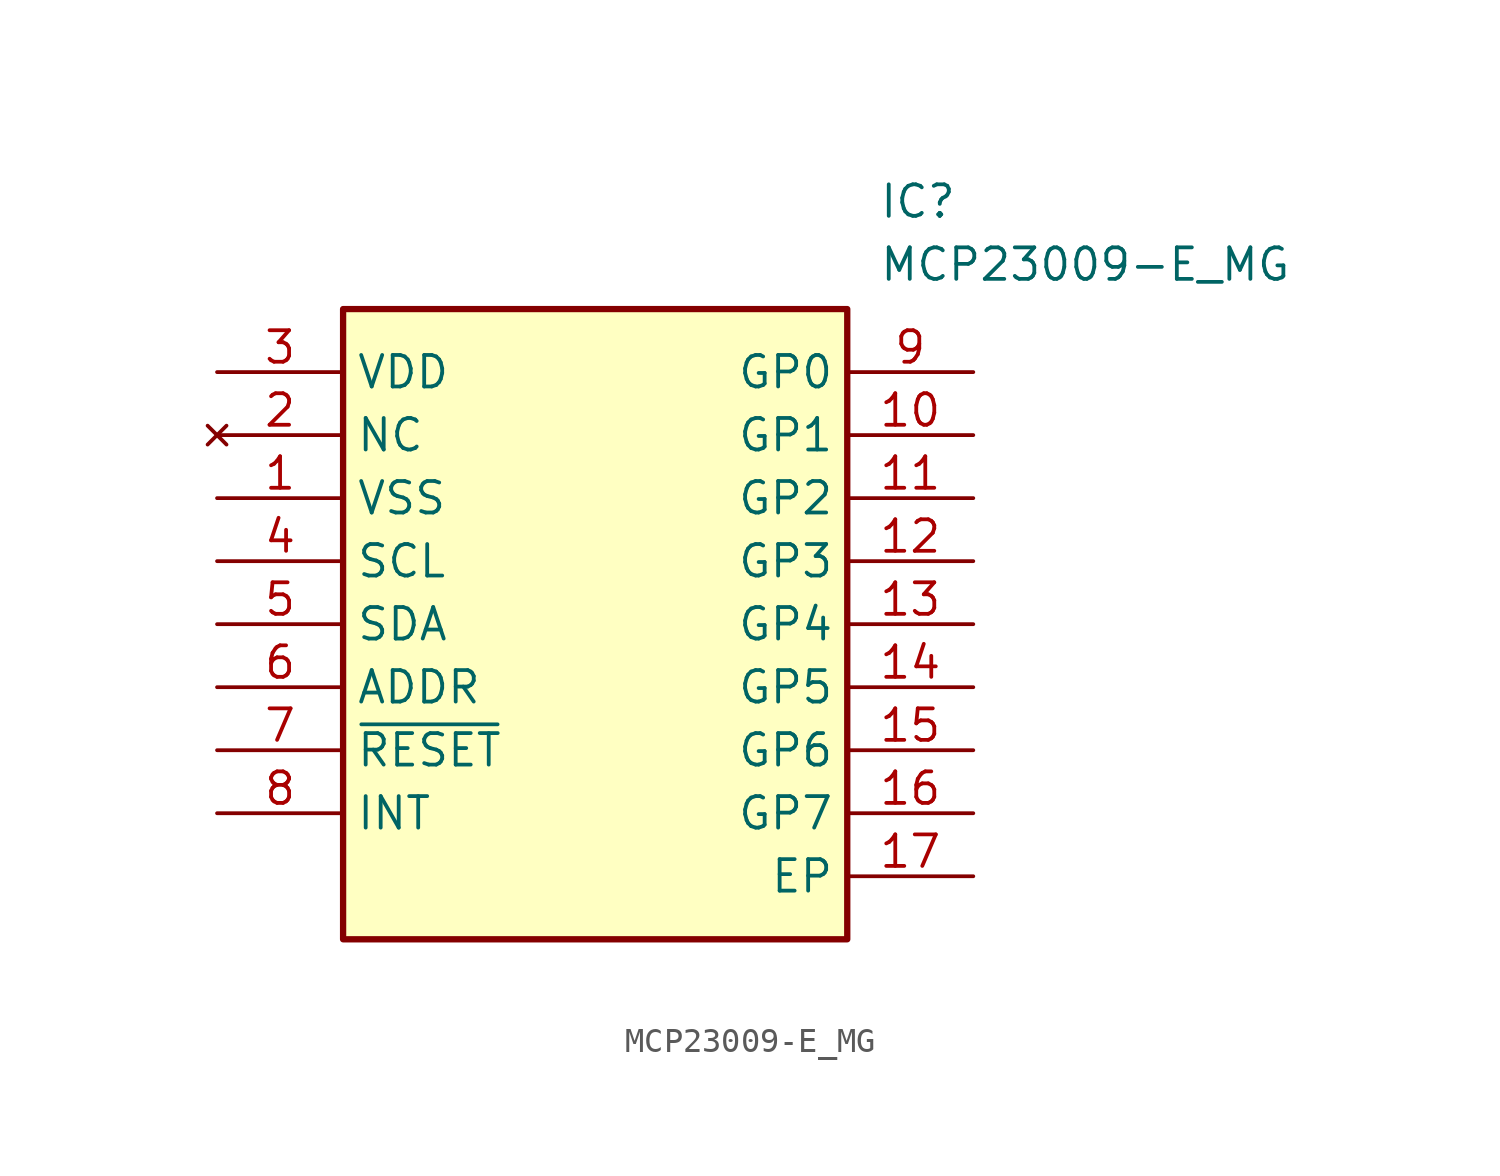
<source format=kicad_sym>
(kicad_symbol_lib
  (version 20211014)
  (generator SamacSys_ECAD_Model)
  (symbol "MCP23009-E_MG"
    (property "Reference" "IC"
      (at 26.67 7.62 0)
      (effects (font (size 1.27 1.27)) (justify left top)))
    (property "Value" "MCP23009-E_MG"
      (at 26.67 5.08 0)
      (effects (font (size 1.27 1.27)) (justify left top)))
    (rectangle
      (start 5.08 2.54)
      (end 25.4 -22.86)
      (stroke (width 0.254) (type default))
      (fill (type background)))
    (pin power_in line
      (at 0 -5.08 0)
      (length 5.08)
      (name "VSS" (effects (font (size 1.27 1.27))))
      (number "1" (effects (font (size 1.27 1.27)))))
    (pin no_connect line
      (at 0 -2.54 0)
      (length 5.08)
      (name "NC" (effects (font (size 1.27 1.27))))
      (number "2" (effects (font (size 1.27 1.27)))))
    (pin power_in line
      (at 0 0 0)
      (length 5.08)
      (name "VDD" (effects (font (size 1.27 1.27))))
      (number "3" (effects (font (size 1.27 1.27)))))
    (pin input line
      (at 0 -7.62 0)
      (length 5.08)
      (name "SCL" (effects (font (size 1.27 1.27))))
      (number "4" (effects (font (size 1.27 1.27)))))
    (pin bidirectional line
      (at 0 -10.16 0)
      (length 5.08)
      (name "SDA" (effects (font (size 1.27 1.27))))
      (number "5" (effects (font (size 1.27 1.27)))))
    (pin input line
      (at 0 -12.7 0)
      (length 5.08)
      (name "ADDR" (effects (font (size 1.27 1.27))))
      (number "6" (effects (font (size 1.27 1.27)))))
    (pin input line
      (at 0 -15.24 0)
      (length 5.08)
      (name "~{RESET}" (effects (font (size 1.27 1.27))))
      (number "7" (effects (font (size 1.27 1.27)))))
    (pin output line
      (at 0 -17.78 0)
      (length 5.08)
      (name "INT" (effects (font (size 1.27 1.27))))
      (number "8" (effects (font (size 1.27 1.27)))))
    (pin bidirectional line
      (at 30.48 0 180)
      (length 5.08)
      (name "GP0" (effects (font (size 1.27 1.27))))
      (number "9" (effects (font (size 1.27 1.27)))))
    (pin bidirectional line
      (at 30.48 -2.54 180)
      (length 5.08)
      (name "GP1" (effects (font (size 1.27 1.27))))
      (number "10" (effects (font (size 1.27 1.27)))))
    (pin bidirectional line
      (at 30.48 -5.08 180)
      (length 5.08)
      (name "GP2" (effects (font (size 1.27 1.27))))
      (number "11" (effects (font (size 1.27 1.27)))))
    (pin bidirectional line
      (at 30.48 -7.62 180)
      (length 5.08)
      (name "GP3" (effects (font (size 1.27 1.27))))
      (number "12" (effects (font (size 1.27 1.27)))))
    (pin bidirectional line
      (at 30.48 -10.16 180)
      (length 5.08)
      (name "GP4" (effects (font (size 1.27 1.27))))
      (number "13" (effects (font (size 1.27 1.27)))))
    (pin bidirectional line
      (at 30.48 -12.7 180)
      (length 5.08)
      (name "GP5" (effects (font (size 1.27 1.27))))
      (number "14" (effects (font (size 1.27 1.27)))))
    (pin bidirectional line
      (at 30.48 -15.24 180)
      (length 5.08)
      (name "GP6" (effects (font (size 1.27 1.27))))
      (number "15" (effects (font (size 1.27 1.27)))))
    (pin bidirectional line
      (at 30.48 -17.78 180)
      (length 5.08)
      (name "GP7" (effects (font (size 1.27 1.27))))
      (number "16" (effects (font (size 1.27 1.27)))))
    (pin passive line
      (at 30.48 -20.32 180)
      (length 5.08)
      (name "EP" (effects (font (size 1.27 1.27))))
      (number "17" (effects (font (size 1.27 1.27)))))))
</source>
